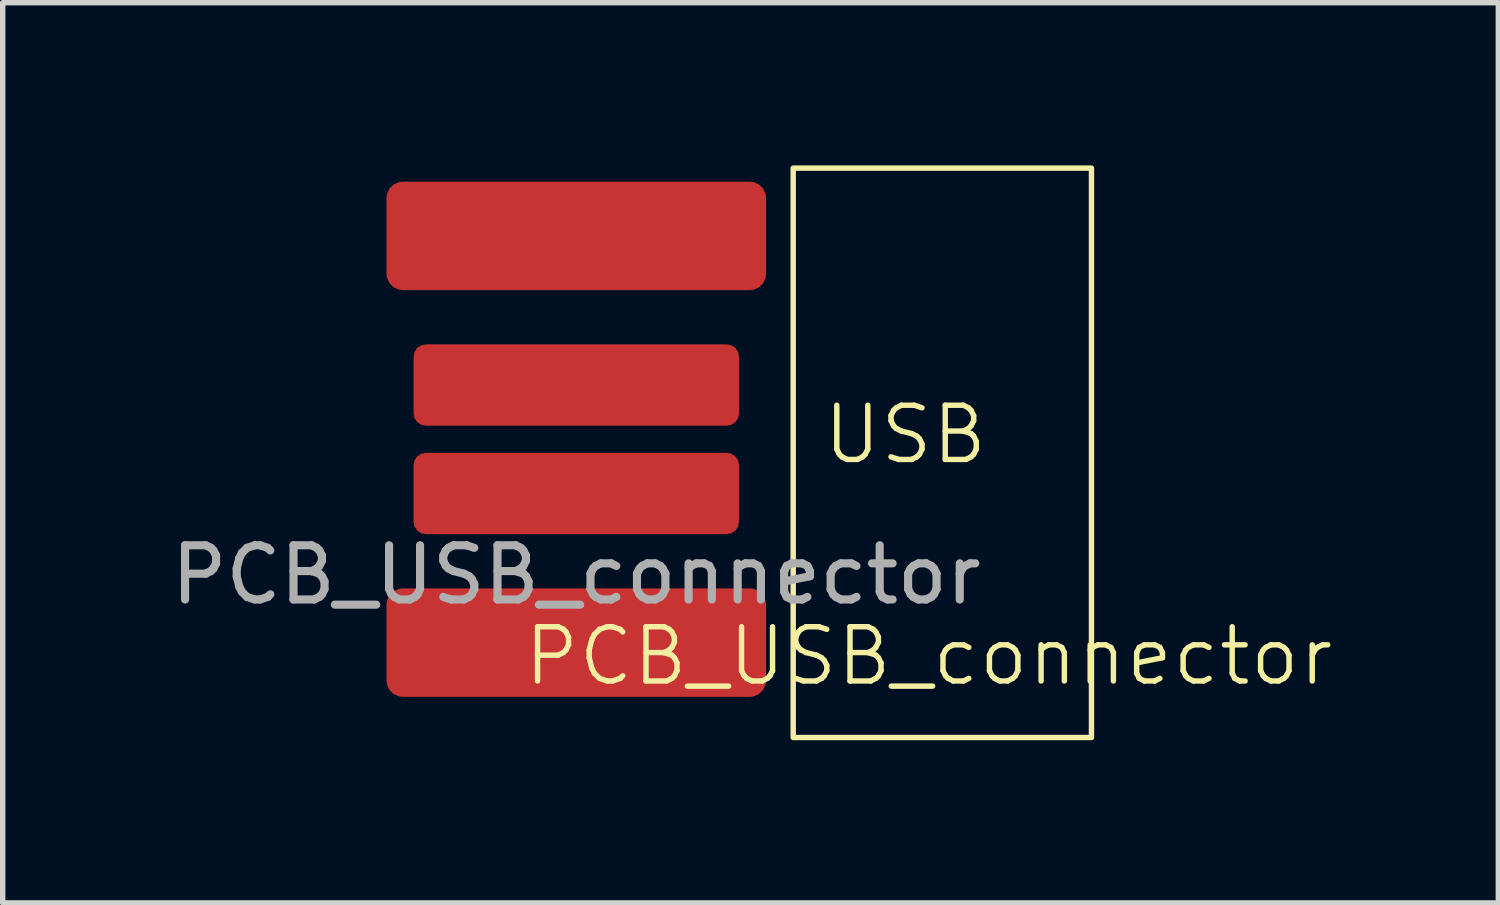
<source format=kicad_pcb>
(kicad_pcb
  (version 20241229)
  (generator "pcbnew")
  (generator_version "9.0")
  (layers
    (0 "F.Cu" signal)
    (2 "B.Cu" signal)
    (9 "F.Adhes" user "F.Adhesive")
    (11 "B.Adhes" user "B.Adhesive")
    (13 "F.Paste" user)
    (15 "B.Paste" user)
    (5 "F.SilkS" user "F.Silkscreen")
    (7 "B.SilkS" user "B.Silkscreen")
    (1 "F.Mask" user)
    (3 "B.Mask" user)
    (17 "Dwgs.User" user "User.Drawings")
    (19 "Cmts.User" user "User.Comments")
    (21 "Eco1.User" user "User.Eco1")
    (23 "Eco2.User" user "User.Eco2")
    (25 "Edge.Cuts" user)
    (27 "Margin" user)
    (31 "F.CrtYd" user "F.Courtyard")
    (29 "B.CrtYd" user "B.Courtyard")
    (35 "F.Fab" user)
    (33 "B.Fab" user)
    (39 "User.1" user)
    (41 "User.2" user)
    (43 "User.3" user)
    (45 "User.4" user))
  (footprint "PCB_USB_connector"
    (layer "F.Cu")
    (at 7.577 5.05)
    (property "Reference" "PCB_USB_connector" (at 6.5 4 0) (unlocked yes) (layer "F.SilkS") (effects (font (size 1 1) (thickness 0.1))))
    (attr smd)
    (fp_rect (start 4 -5) (end 9.5 5.5) (stroke (width 0.1) (type default)) (fill no) (layer "F.SilkS"))
    (fp_text user "USB" (at 4.5 0.5 0) (unlocked yes) (layer "F.SilkS") (effects (font (size 1 1) (thickness 0.1)) (justify left bottom)))
    (fp_text user "${REFERENCE}" (at 0 2.5 0) (unlocked yes) (layer "F.Fab") (effects (font (size 1 1) (thickness 0.15))))
    (pad "1" smd roundrect (at 0 -3.75) (size 7 2) (layers "F.Cu" "F.Mask" "F.Paste") (roundrect_rratio 0.15))
    (pad "2" smd roundrect (at 0 -1) (size 6 1.5) (layers "F.Cu" "F.Mask" "F.Paste") (roundrect_rratio 0.15))
    (pad "3" smd roundrect (at 0 1) (size 6 1.5) (layers "F.Cu" "F.Mask" "F.Paste") (roundrect_rratio 0.15))
    (pad "4" smd roundrect (at 0 3.75) (size 7 2) (layers "F.Cu" "F.Mask" "F.Paste") (roundrect_rratio 0.15)))
  (gr_rect
    (start -3 -3)
    (end 24.58 13.6)
    (stroke (width 0.1) (type default))
    (fill no)
    (layer "Edge.Cuts")))
</source>
